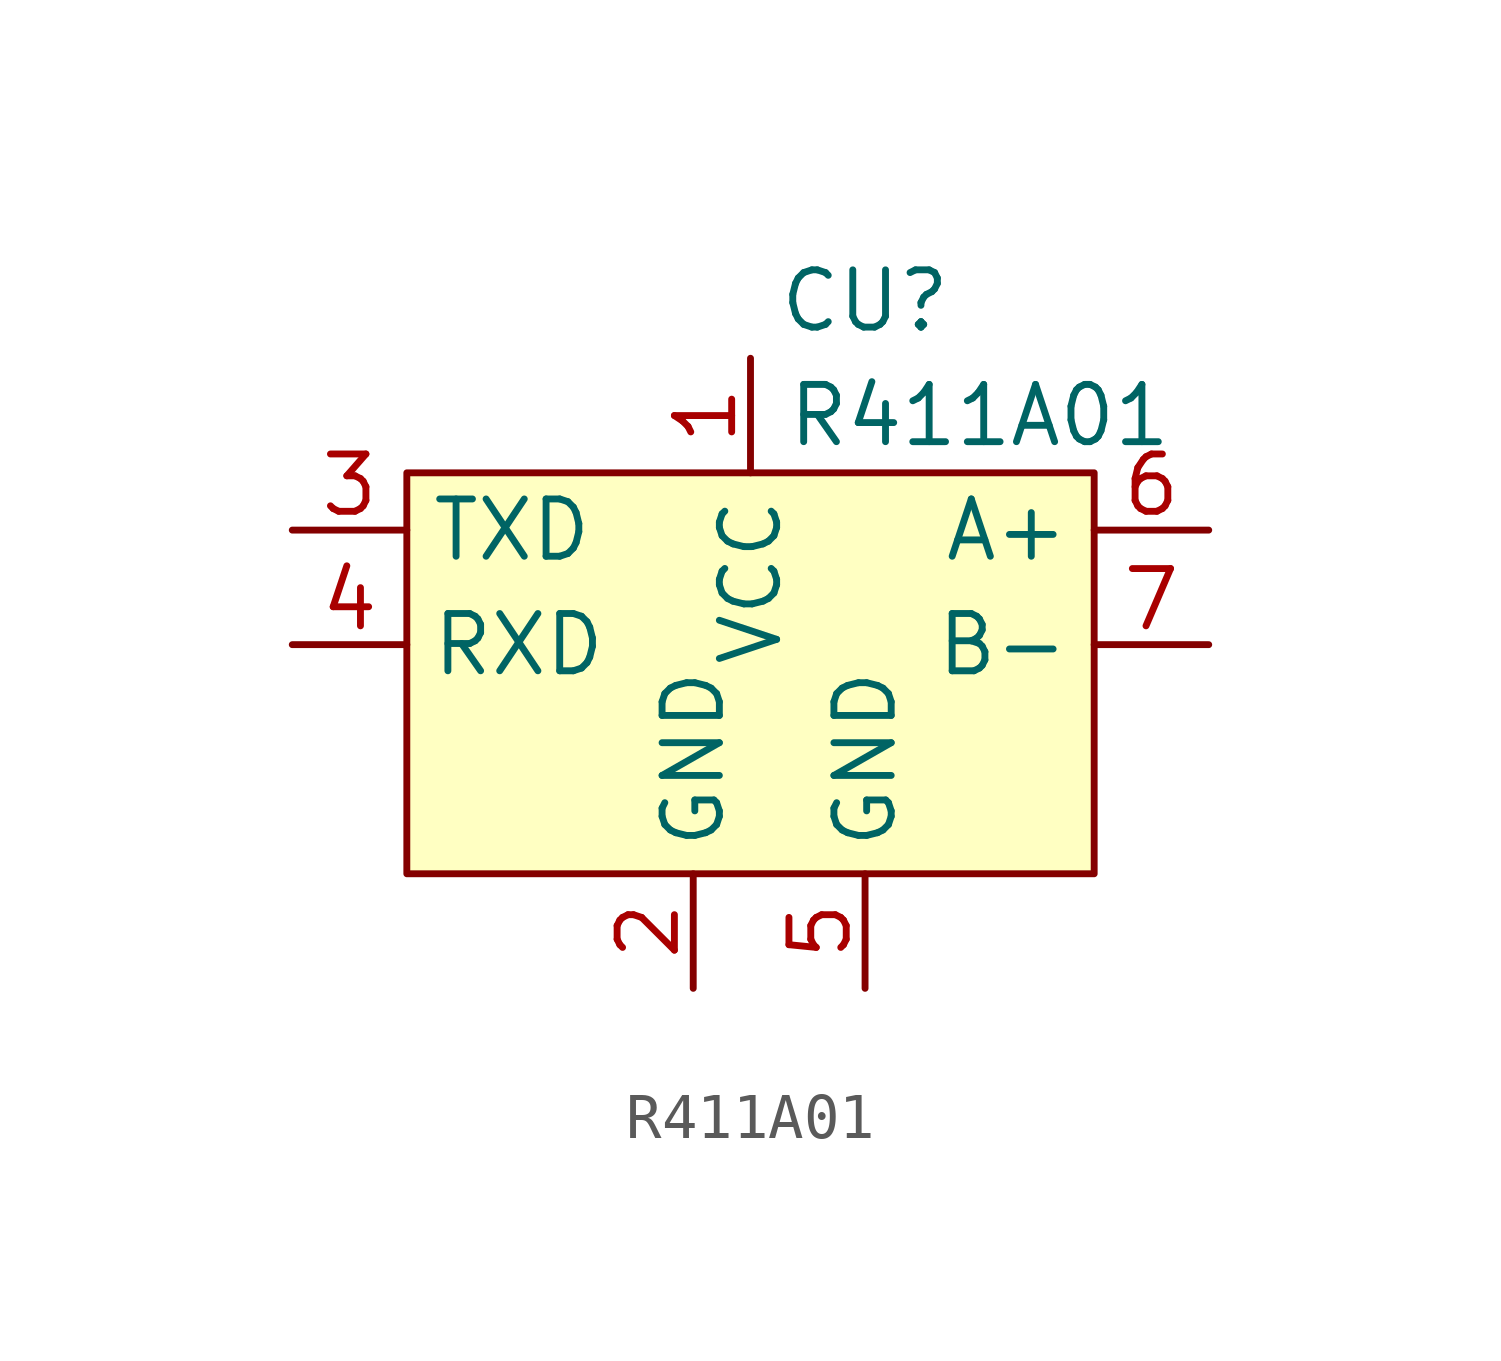
<source format=kicad_sym>
(kicad_symbol_lib
  (version 20220914)
  (generator kicad_symbol_editor)
  (symbol "R411A01"
    (property "Reference" "CU"
      (at 10.16 0 0)
      (effects (font (size 1.27 1.27))))
    (property "Value" "R411A01"
      (at 12.7 -2.54 0)
      (effects (font (size 1.27 1.27))))
    (symbol "R411A01_0_1"
      (rectangle (start 0 -3.81) (end 15.24 -12.7) (stroke (width 0) (type default)) (fill (type background))))
    (symbol "R411A01_1_1"
      (pin power_in line (at 7.62 -1.27 270) (length 2.54) (name "VCC" (effects (font (size 1.27 1.27)))) (number "1" (effects (font (size 1.27 1.27)))))
      (pin power_in line (at 6.35 -15.24 90) (length 2.54) (name "GND" (effects (font (size 1.27 1.27)))) (number "2" (effects (font (size 1.27 1.27)))))
      (pin bidirectional line (at -2.54 -5.08 0) (length 2.54) (name "TXD" (effects (font (size 1.27 1.27)))) (number "3" (effects (font (size 1.27 1.27)))))
      (pin bidirectional line (at -2.54 -7.62 0) (length 2.54) (name "RXD" (effects (font (size 1.27 1.27)))) (number "4" (effects (font (size 1.27 1.27)))))
      (pin power_in line (at 10.16 -15.24 90) (length 2.54) (name "GND" (effects (font (size 1.27 1.27)))) (number "5" (effects (font (size 1.27 1.27)))))
      (pin bidirectional line (at 17.78 -5.08 180) (length 2.54) (name "A+" (effects (font (size 1.27 1.27)))) (number "6" (effects (font (size 1.27 1.27)))))
      (pin bidirectional line (at 17.78 -7.62 180) (length 2.54) (name "B-" (effects (font (size 1.27 1.27)))) (number "7" (effects (font (size 1.27 1.27))))))))
</source>
